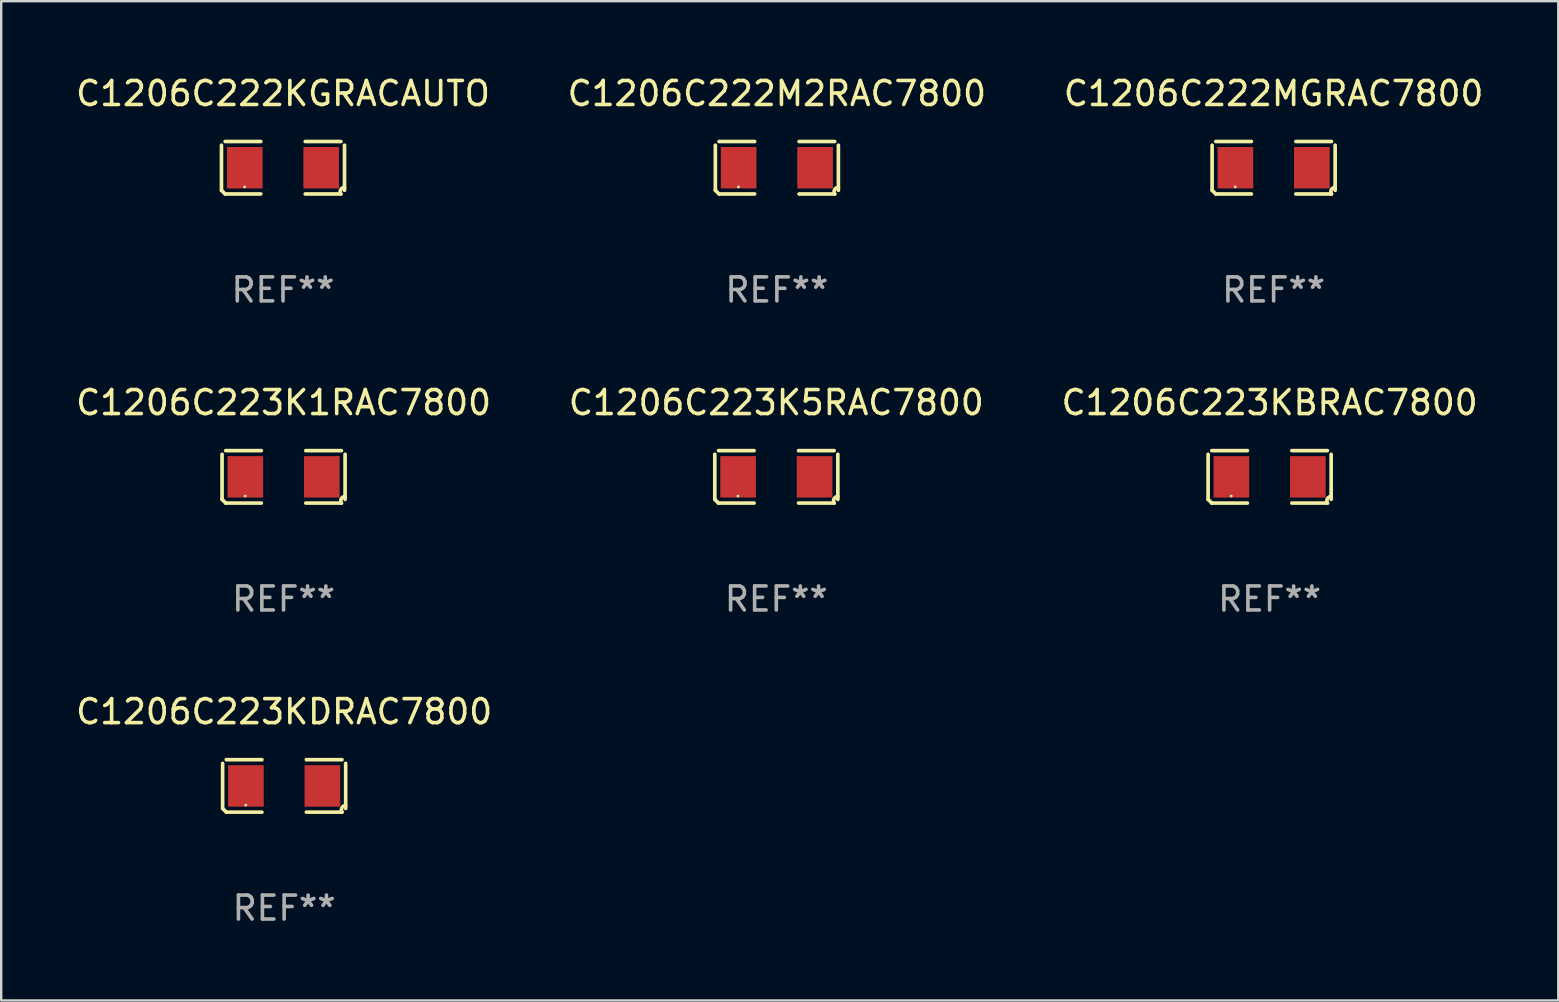
<source format=kicad_pcb>
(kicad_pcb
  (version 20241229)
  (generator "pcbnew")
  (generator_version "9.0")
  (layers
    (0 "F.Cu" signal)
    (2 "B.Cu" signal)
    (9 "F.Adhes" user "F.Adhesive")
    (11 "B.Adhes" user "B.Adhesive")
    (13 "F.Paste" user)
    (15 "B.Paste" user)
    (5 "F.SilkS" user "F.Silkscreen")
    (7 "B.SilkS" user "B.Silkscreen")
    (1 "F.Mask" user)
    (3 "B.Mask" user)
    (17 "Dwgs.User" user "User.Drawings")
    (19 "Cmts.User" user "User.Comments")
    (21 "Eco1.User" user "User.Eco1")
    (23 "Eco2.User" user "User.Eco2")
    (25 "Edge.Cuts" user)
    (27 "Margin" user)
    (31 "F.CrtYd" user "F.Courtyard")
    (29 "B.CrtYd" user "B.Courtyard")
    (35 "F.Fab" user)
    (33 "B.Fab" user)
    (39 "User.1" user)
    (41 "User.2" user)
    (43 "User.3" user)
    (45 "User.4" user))
  (footprint "C1206C222KGRACAUTO"
    (layer "F.Cu")
    (at 8.744 3.941)
    (property "Reference" "C1206C222KGRACAUTO" (at 0 -3.093 0) (layer "F.SilkS") (effects (font (size 1 1) (thickness 0.15))))
    (attr through_hole)
    (fp_line (start -2.564 0.94) (end -2.564 -0.94) (stroke (width 0.152) (type solid)) (layer "F.SilkS"))
    (fp_line (start -2.411 -1.093) (end -0.926 -1.093) (stroke (width 0.152) (type solid)) (layer "F.SilkS"))
    (fp_line (start -0.926 1.093) (end -2.411 1.093) (stroke (width 0.152) (type solid)) (layer "F.SilkS"))
    (fp_line (start 0.926 1.093) (end 2.411 1.093) (stroke (width 0.152) (type solid)) (layer "F.SilkS"))
    (fp_line (start 2.411 -1.093) (end 0.926 -1.093) (stroke (width 0.152) (type solid)) (layer "F.SilkS"))
    (fp_line (start 2.564 0.94) (end 2.564 -0.94) (stroke (width 0.152) (type solid)) (layer "F.SilkS"))
    (fp_arc (start -2.411201 1.092609) (mid -2.487413 1.01642) (end -2.563602 0.940208) (stroke (width 0.1524) (type solid)) (layer "F.SilkS"))
    (fp_arc (start 2.411201 1.092609) (mid 2.407159 0.911226) (end 2.563602 0.819347) (stroke (width 0.1524) (type solid)) (layer "F.SilkS"))
    (fp_circle (center -1.6 0.8) (end -1.57 0.8) (stroke (width 0.06) (type solid)) (fill no) (layer "F.SilkS"))
    (fp_text user "REF**" (at 0 5.093 0) (layer "F.Fab") (effects (font (size 1 1) (thickness 0.15))))
    (pad "1" smd rect (at -1.593 0) (size 1.485 1.728) (layers "F.Cu" "F.Mask" "F.Paste"))
    (pad "2" smd rect (at 1.593 0) (size 1.485 1.728) (layers "F.Cu" "F.Mask" "F.Paste")))
  (footprint "C1206C223KDRAC7800"
    (layer "F.Cu")
    (at 8.792 29.704)
    (property "Reference" "C1206C223KDRAC7800" (at 0 -3.093 0) (layer "F.SilkS") (effects (font (size 1 1) (thickness 0.15))))
    (attr through_hole)
    (fp_line (start -2.564 0.94) (end -2.564 -0.94) (stroke (width 0.152) (type solid)) (layer "F.SilkS"))
    (fp_line (start -2.411 -1.093) (end -0.926 -1.093) (stroke (width 0.152) (type solid)) (layer "F.SilkS"))
    (fp_line (start -0.926 1.093) (end -2.411 1.093) (stroke (width 0.152) (type solid)) (layer "F.SilkS"))
    (fp_line (start 0.926 1.093) (end 2.411 1.093) (stroke (width 0.152) (type solid)) (layer "F.SilkS"))
    (fp_line (start 2.411 -1.093) (end 0.926 -1.093) (stroke (width 0.152) (type solid)) (layer "F.SilkS"))
    (fp_line (start 2.564 0.94) (end 2.564 -0.94) (stroke (width 0.152) (type solid)) (layer "F.SilkS"))
    (fp_arc (start -2.411201 1.092609) (mid -2.487413 1.01642) (end -2.563602 0.940208) (stroke (width 0.1524) (type solid)) (layer "F.SilkS"))
    (fp_arc (start 2.411201 1.092609) (mid 2.407159 0.911226) (end 2.563602 0.819347) (stroke (width 0.1524) (type solid)) (layer "F.SilkS"))
    (fp_circle (center -1.6 0.8) (end -1.57 0.8) (stroke (width 0.06) (type solid)) (fill no) (layer "F.SilkS"))
    (fp_text user "REF**" (at 0 5.093 0) (layer "F.Fab") (effects (font (size 1 1) (thickness 0.15))))
    (pad "1" smd rect (at -1.593 0) (size 1.485 1.728) (layers "F.Cu" "F.Mask" "F.Paste"))
    (pad "2" smd rect (at 1.593 0) (size 1.485 1.728) (layers "F.Cu" "F.Mask" "F.Paste")))
  (footprint "C1206C223KBRAC7800"
    (layer "F.Cu")
    (at 49.863 16.823)
    (property "Reference" "C1206C223KBRAC7800" (at 0 -3.093 0) (layer "F.SilkS") (effects (font (size 1 1) (thickness 0.15))))
    (attr through_hole)
    (fp_line (start -2.564 0.94) (end -2.564 -0.94) (stroke (width 0.152) (type solid)) (layer "F.SilkS"))
    (fp_line (start -2.411 -1.093) (end -0.926 -1.093) (stroke (width 0.152) (type solid)) (layer "F.SilkS"))
    (fp_line (start -0.926 1.093) (end -2.411 1.093) (stroke (width 0.152) (type solid)) (layer "F.SilkS"))
    (fp_line (start 0.926 1.093) (end 2.411 1.093) (stroke (width 0.152) (type solid)) (layer "F.SilkS"))
    (fp_line (start 2.411 -1.093) (end 0.926 -1.093) (stroke (width 0.152) (type solid)) (layer "F.SilkS"))
    (fp_line (start 2.564 0.94) (end 2.564 -0.94) (stroke (width 0.152) (type solid)) (layer "F.SilkS"))
    (fp_arc (start -2.411201 1.092609) (mid -2.487413 1.01642) (end -2.563602 0.940208) (stroke (width 0.1524) (type solid)) (layer "F.SilkS"))
    (fp_arc (start 2.411201 1.092609) (mid 2.407159 0.911226) (end 2.563602 0.819347) (stroke (width 0.1524) (type solid)) (layer "F.SilkS"))
    (fp_circle (center -1.6 0.8) (end -1.57 0.8) (stroke (width 0.06) (type solid)) (fill no) (layer "F.SilkS"))
    (fp_text user "REF**" (at 0 5.093 0) (layer "F.Fab") (effects (font (size 1 1) (thickness 0.15))))
    (pad "1" smd rect (at -1.593 0) (size 1.485 1.728) (layers "F.Cu" "F.Mask" "F.Paste"))
    (pad "2" smd rect (at 1.593 0) (size 1.485 1.728) (layers "F.Cu" "F.Mask" "F.Paste")))
  (footprint "C1206C222MGRAC7800"
    (layer "F.Cu")
    (at 50.03 3.941)
    (property "Reference" "C1206C222MGRAC7800" (at 0 -3.093 0) (layer "F.SilkS") (effects (font (size 1 1) (thickness 0.15))))
    (attr through_hole)
    (fp_line (start -2.564 0.94) (end -2.564 -0.94) (stroke (width 0.152) (type solid)) (layer "F.SilkS"))
    (fp_line (start -2.411 -1.093) (end -0.926 -1.093) (stroke (width 0.152) (type solid)) (layer "F.SilkS"))
    (fp_line (start -0.926 1.093) (end -2.411 1.093) (stroke (width 0.152) (type solid)) (layer "F.SilkS"))
    (fp_line (start 0.926 1.093) (end 2.411 1.093) (stroke (width 0.152) (type solid)) (layer "F.SilkS"))
    (fp_line (start 2.411 -1.093) (end 0.926 -1.093) (stroke (width 0.152) (type solid)) (layer "F.SilkS"))
    (fp_line (start 2.564 0.94) (end 2.564 -0.94) (stroke (width 0.152) (type solid)) (layer "F.SilkS"))
    (fp_arc (start -2.411201 1.092609) (mid -2.487413 1.01642) (end -2.563602 0.940208) (stroke (width 0.1524) (type solid)) (layer "F.SilkS"))
    (fp_arc (start 2.411201 1.092609) (mid 2.407159 0.911226) (end 2.563602 0.819347) (stroke (width 0.1524) (type solid)) (layer "F.SilkS"))
    (fp_circle (center -1.6 0.8) (end -1.57 0.8) (stroke (width 0.06) (type solid)) (fill no) (layer "F.SilkS"))
    (fp_text user "REF**" (at 0 5.093 0) (layer "F.Fab") (effects (font (size 1 1) (thickness 0.15))))
    (pad "1" smd rect (at -1.593 0) (size 1.485 1.728) (layers "F.Cu" "F.Mask" "F.Paste"))
    (pad "2" smd rect (at 1.593 0) (size 1.485 1.728) (layers "F.Cu" "F.Mask" "F.Paste")))
  (footprint "C1206C223K5RAC7800"
    (layer "F.Cu")
    (at 29.304 16.823)
    (property "Reference" "C1206C223K5RAC7800" (at 0 -3.093 0) (layer "F.SilkS") (effects (font (size 1 1) (thickness 0.15))))
    (attr through_hole)
    (fp_line (start -2.564 0.94) (end -2.564 -0.94) (stroke (width 0.152) (type solid)) (layer "F.SilkS"))
    (fp_line (start -2.411 -1.093) (end -0.926 -1.093) (stroke (width 0.152) (type solid)) (layer "F.SilkS"))
    (fp_line (start -0.926 1.093) (end -2.411 1.093) (stroke (width 0.152) (type solid)) (layer "F.SilkS"))
    (fp_line (start 0.926 1.093) (end 2.411 1.093) (stroke (width 0.152) (type solid)) (layer "F.SilkS"))
    (fp_line (start 2.411 -1.093) (end 0.926 -1.093) (stroke (width 0.152) (type solid)) (layer "F.SilkS"))
    (fp_line (start 2.564 0.94) (end 2.564 -0.94) (stroke (width 0.152) (type solid)) (layer "F.SilkS"))
    (fp_arc (start -2.411201 1.092609) (mid -2.487413 1.01642) (end -2.563602 0.940208) (stroke (width 0.1524) (type solid)) (layer "F.SilkS"))
    (fp_arc (start 2.411201 1.092609) (mid 2.407159 0.911226) (end 2.563602 0.819347) (stroke (width 0.1524) (type solid)) (layer "F.SilkS"))
    (fp_circle (center -1.6 0.8) (end -1.57 0.8) (stroke (width 0.06) (type solid)) (fill no) (layer "F.SilkS"))
    (fp_text user "REF**" (at 0 5.093 0) (layer "F.Fab") (effects (font (size 1 1) (thickness 0.15))))
    (pad "1" smd rect (at -1.593 0) (size 1.485 1.728) (layers "F.Cu" "F.Mask" "F.Paste"))
    (pad "2" smd rect (at 1.593 0) (size 1.485 1.728) (layers "F.Cu" "F.Mask" "F.Paste")))
  (footprint "C1206C223K1RAC7800"
    (layer "F.Cu")
    (at 8.768 16.823)
    (property "Reference" "C1206C223K1RAC7800" (at 0 -3.093 0) (layer "F.SilkS") (effects (font (size 1 1) (thickness 0.15))))
    (attr through_hole)
    (fp_line (start -2.564 0.94) (end -2.564 -0.94) (stroke (width 0.152) (type solid)) (layer "F.SilkS"))
    (fp_line (start -2.411 -1.093) (end -0.926 -1.093) (stroke (width 0.152) (type solid)) (layer "F.SilkS"))
    (fp_line (start -0.926 1.093) (end -2.411 1.093) (stroke (width 0.152) (type solid)) (layer "F.SilkS"))
    (fp_line (start 0.926 1.093) (end 2.411 1.093) (stroke (width 0.152) (type solid)) (layer "F.SilkS"))
    (fp_line (start 2.411 -1.093) (end 0.926 -1.093) (stroke (width 0.152) (type solid)) (layer "F.SilkS"))
    (fp_line (start 2.564 0.94) (end 2.564 -0.94) (stroke (width 0.152) (type solid)) (layer "F.SilkS"))
    (fp_arc (start -2.411201 1.092609) (mid -2.487413 1.01642) (end -2.563602 0.940208) (stroke (width 0.1524) (type solid)) (layer "F.SilkS"))
    (fp_arc (start 2.411201 1.092609) (mid 2.407159 0.911226) (end 2.563602 0.819347) (stroke (width 0.1524) (type solid)) (layer "F.SilkS"))
    (fp_circle (center -1.6 0.8) (end -1.57 0.8) (stroke (width 0.06) (type solid)) (fill no) (layer "F.SilkS"))
    (fp_text user "REF**" (at 0 5.093 0) (layer "F.Fab") (effects (font (size 1 1) (thickness 0.15))))
    (pad "1" smd rect (at -1.593 0) (size 1.485 1.728) (layers "F.Cu" "F.Mask" "F.Paste"))
    (pad "2" smd rect (at 1.593 0) (size 1.485 1.728) (layers "F.Cu" "F.Mask" "F.Paste")))
  (footprint "C1206C222M2RAC7800"
    (layer "F.Cu")
    (at 29.327 3.941)
    (property "Reference" "C1206C222M2RAC7800" (at 0 -3.093 0) (layer "F.SilkS") (effects (font (size 1 1) (thickness 0.15))))
    (attr through_hole)
    (fp_line (start -2.564 0.94) (end -2.564 -0.94) (stroke (width 0.152) (type solid)) (layer "F.SilkS"))
    (fp_line (start -2.411 -1.093) (end -0.926 -1.093) (stroke (width 0.152) (type solid)) (layer "F.SilkS"))
    (fp_line (start -0.926 1.093) (end -2.411 1.093) (stroke (width 0.152) (type solid)) (layer "F.SilkS"))
    (fp_line (start 0.926 1.093) (end 2.411 1.093) (stroke (width 0.152) (type solid)) (layer "F.SilkS"))
    (fp_line (start 2.411 -1.093) (end 0.926 -1.093) (stroke (width 0.152) (type solid)) (layer "F.SilkS"))
    (fp_line (start 2.564 0.94) (end 2.564 -0.94) (stroke (width 0.152) (type solid)) (layer "F.SilkS"))
    (fp_arc (start -2.411201 1.092609) (mid -2.487413 1.01642) (end -2.563602 0.940208) (stroke (width 0.1524) (type solid)) (layer "F.SilkS"))
    (fp_arc (start 2.411201 1.092609) (mid 2.407159 0.911226) (end 2.563602 0.819347) (stroke (width 0.1524) (type solid)) (layer "F.SilkS"))
    (fp_circle (center -1.6 0.8) (end -1.57 0.8) (stroke (width 0.06) (type solid)) (fill no) (layer "F.SilkS"))
    (fp_text user "REF**" (at 0 5.093 0) (layer "F.Fab") (effects (font (size 1 1) (thickness 0.15))))
    (pad "1" smd rect (at -1.593 0) (size 1.485 1.728) (layers "F.Cu" "F.Mask" "F.Paste"))
    (pad "2" smd rect (at 1.593 0) (size 1.485 1.728) (layers "F.Cu" "F.Mask" "F.Paste")))
  (gr_rect
    (start -3 -3)
    (end 61.893 38.645)
    (stroke (width 0.1) (type default))
    (fill no)
    (layer "Edge.Cuts")))
</source>
